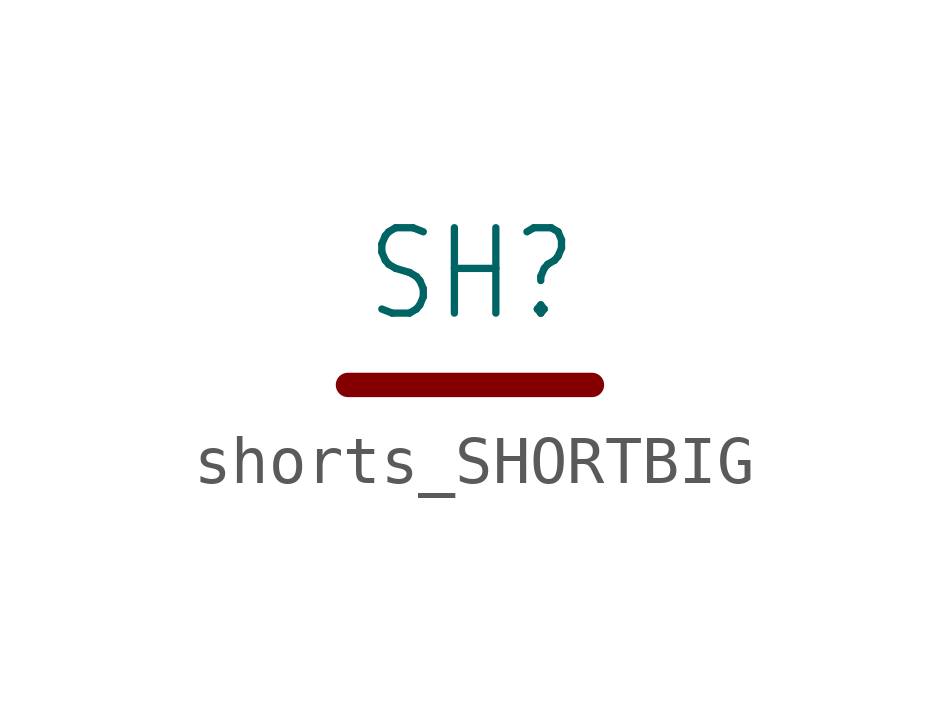
<source format=kicad_sym>
(kicad_symbol_lib
  (version 20241209)
  (generator "kicad_symbol_editor")
  (generator_version "9.0")
  (symbol "shorts_SHORTBIG"
    (property "Reference" "SH"
      (at -2.223 1.27 0)
      (effects (font (size 1.778 1.511)) (justify left bottom)))
    (property "ki_locked" ""
      (at 0 0 0)
      (effects (font (size 1.27 1.27))))
    (symbol "shorts_SHORTBIG_1_0"
      (polyline (pts (xy -2.54 0) (xy 2.54 0)) (stroke (width 0.508) (type solid)) (fill (type none)))
      (pin bidirectional line (at -2.54 0 0) (length 0) (name "P$1" (effects (font (size 0 0)))) (number "1" (effects (font (size 0 0)))))
      (pin bidirectional line (at 2.54 0 0) (length 0) (name "P$2" (effects (font (size 0 0)))) (number "2" (effects (font (size 0 0))))))))
</source>
